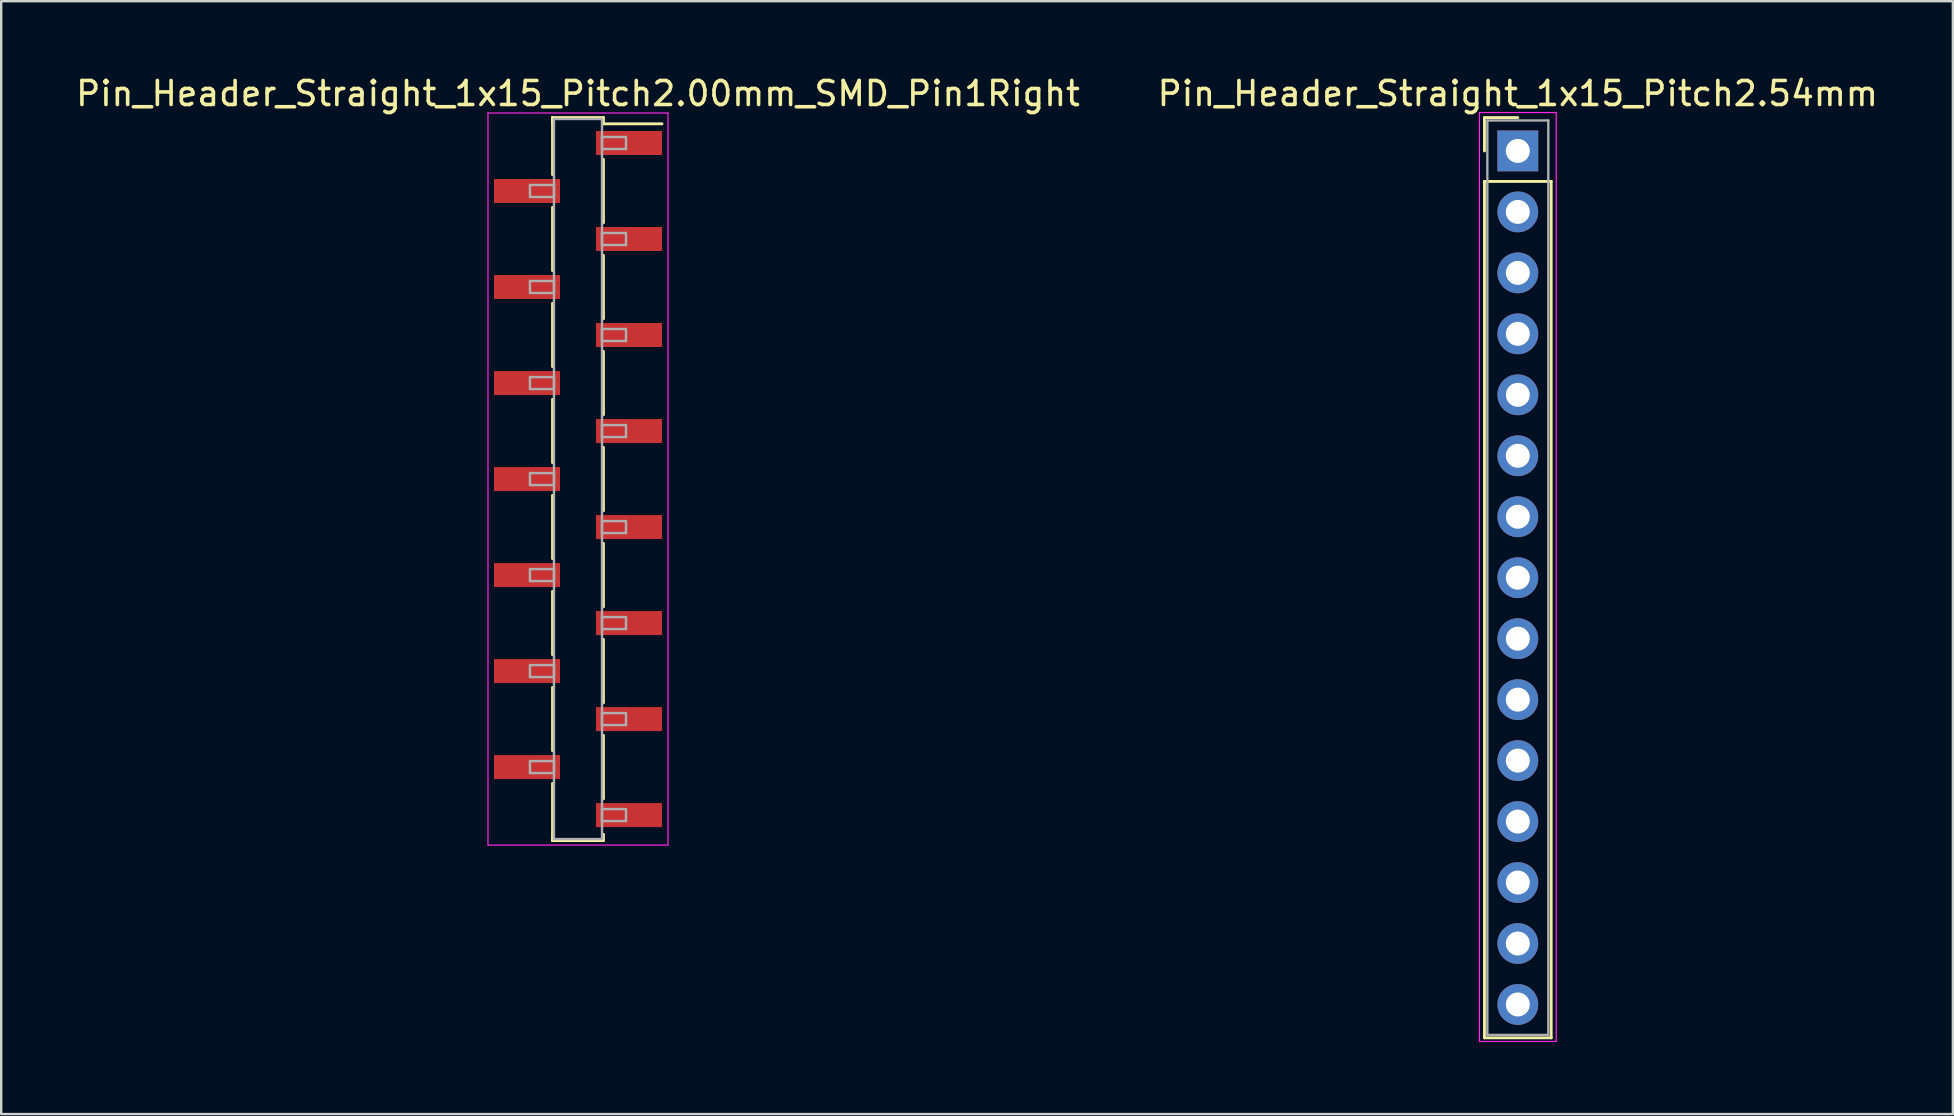
<source format=kicad_pcb>
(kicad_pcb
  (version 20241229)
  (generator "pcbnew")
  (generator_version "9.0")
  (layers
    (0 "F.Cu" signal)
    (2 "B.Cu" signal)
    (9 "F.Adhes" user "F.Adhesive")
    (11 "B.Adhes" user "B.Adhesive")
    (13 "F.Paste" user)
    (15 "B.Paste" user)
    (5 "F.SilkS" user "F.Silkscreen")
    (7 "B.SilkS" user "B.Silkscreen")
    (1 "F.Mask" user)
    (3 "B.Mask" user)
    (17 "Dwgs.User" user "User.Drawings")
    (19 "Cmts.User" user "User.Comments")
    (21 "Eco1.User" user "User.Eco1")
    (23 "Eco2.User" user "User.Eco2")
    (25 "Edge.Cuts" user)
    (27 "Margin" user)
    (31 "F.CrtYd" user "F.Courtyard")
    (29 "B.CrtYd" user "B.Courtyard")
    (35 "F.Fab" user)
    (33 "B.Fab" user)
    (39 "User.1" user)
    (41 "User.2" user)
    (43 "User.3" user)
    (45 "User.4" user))
  (footprint "Pin_Header_Straight_1x15_Pitch2.00mm_SMD_Pin1Right"
    (layer "F.Cu")
    (at 21.03 16.908)
    (property "Reference" "Pin_Header_Straight_1x15_Pitch2.00mm_SMD_Pin1Right" (at 0 -16.06 0) (layer "F.SilkS") (effects (font (size 1 1) (thickness 0.15))))
    (attr smd)
    (fp_line (start -1.06 -15.06) (end -1.06 -12.68) (stroke (width 0.12) (type solid)) (layer "F.SilkS"))
    (fp_line (start -1.06 -15.06) (end 1.06 -15.06) (stroke (width 0.12) (type solid)) (layer "F.SilkS"))
    (fp_line (start -1.06 -14.8) (end -1.06 -15.06) (stroke (width 0.12) (type solid)) (layer "F.SilkS"))
    (fp_line (start -1.06 -11.32) (end -1.06 -8.68) (stroke (width 0.12) (type solid)) (layer "F.SilkS"))
    (fp_line (start -1.06 -7.32) (end -1.06 -4.68) (stroke (width 0.12) (type solid)) (layer "F.SilkS"))
    (fp_line (start -1.06 -3.32) (end -1.06 -0.68) (stroke (width 0.12) (type solid)) (layer "F.SilkS"))
    (fp_line (start -1.06 0.68) (end -1.06 3.32) (stroke (width 0.12) (type solid)) (layer "F.SilkS"))
    (fp_line (start -1.06 4.68) (end -1.06 7.32) (stroke (width 0.12) (type solid)) (layer "F.SilkS"))
    (fp_line (start -1.06 8.68) (end -1.06 11.32) (stroke (width 0.12) (type solid)) (layer "F.SilkS"))
    (fp_line (start -1.06 12.68) (end -1.06 15.06) (stroke (width 0.12) (type solid)) (layer "F.SilkS"))
    (fp_line (start -1.06 14.8) (end -1.06 15.06) (stroke (width 0.12) (type solid)) (layer "F.SilkS"))
    (fp_line (start -1.06 15.06) (end 1.06 15.06) (stroke (width 0.12) (type solid)) (layer "F.SilkS"))
    (fp_line (start 1.06 -15.06) (end 1.06 -14.8) (stroke (width 0.12) (type solid)) (layer "F.SilkS"))
    (fp_line (start 1.06 -14.8) (end 3.5 -14.8) (stroke (width 0.12) (type solid)) (layer "F.SilkS"))
    (fp_line (start 1.06 -13.32) (end 1.06 -10.68) (stroke (width 0.12) (type solid)) (layer "F.SilkS"))
    (fp_line (start 1.06 -9.32) (end 1.06 -6.68) (stroke (width 0.12) (type solid)) (layer "F.SilkS"))
    (fp_line (start 1.06 -5.32) (end 1.06 -2.68) (stroke (width 0.12) (type solid)) (layer "F.SilkS"))
    (fp_line (start 1.06 -1.32) (end 1.06 1.32) (stroke (width 0.12) (type solid)) (layer "F.SilkS"))
    (fp_line (start 1.06 2.68) (end 1.06 5.32) (stroke (width 0.12) (type solid)) (layer "F.SilkS"))
    (fp_line (start 1.06 6.68) (end 1.06 9.32) (stroke (width 0.12) (type solid)) (layer "F.SilkS"))
    (fp_line (start 1.06 10.68) (end 1.06 13.32) (stroke (width 0.12) (type solid)) (layer "F.SilkS"))
    (fp_line (start 1.06 15.06) (end 1.06 14.8) (stroke (width 0.12) (type solid)) (layer "F.SilkS"))
    (fp_line (start -3.75 -15.25) (end -3.75 15.25) (stroke (width 0.05) (type solid)) (layer "F.CrtYd"))
    (fp_line (start -3.75 15.25) (end 3.75 15.25) (stroke (width 0.05) (type solid)) (layer "F.CrtYd"))
    (fp_line (start 3.75 -15.25) (end -3.75 -15.25) (stroke (width 0.05) (type solid)) (layer "F.CrtYd"))
    (fp_line (start 3.75 15.25) (end 3.75 -15.25) (stroke (width 0.05) (type solid)) (layer "F.CrtYd"))
    (fp_line (start -2 -12.25) (end -1 -12.25) (stroke (width 0.1) (type solid)) (layer "F.Fab"))
    (fp_line (start -2 -11.75) (end -2 -12.25) (stroke (width 0.1) (type solid)) (layer "F.Fab"))
    (fp_line (start -2 -8.25) (end -1 -8.25) (stroke (width 0.1) (type solid)) (layer "F.Fab"))
    (fp_line (start -2 -7.75) (end -2 -8.25) (stroke (width 0.1) (type solid)) (layer "F.Fab"))
    (fp_line (start -2 -4.25) (end -1 -4.25) (stroke (width 0.1) (type solid)) (layer "F.Fab"))
    (fp_line (start -2 -3.75) (end -2 -4.25) (stroke (width 0.1) (type solid)) (layer "F.Fab"))
    (fp_line (start -2 -0.25) (end -1 -0.25) (stroke (width 0.1) (type solid)) (layer "F.Fab"))
    (fp_line (start -2 0.25) (end -2 -0.25) (stroke (width 0.1) (type solid)) (layer "F.Fab"))
    (fp_line (start -2 3.75) (end -1 3.75) (stroke (width 0.1) (type solid)) (layer "F.Fab"))
    (fp_line (start -2 4.25) (end -2 3.75) (stroke (width 0.1) (type solid)) (layer "F.Fab"))
    (fp_line (start -2 7.75) (end -1 7.75) (stroke (width 0.1) (type solid)) (layer "F.Fab"))
    (fp_line (start -2 8.25) (end -2 7.75) (stroke (width 0.1) (type solid)) (layer "F.Fab"))
    (fp_line (start -2 11.75) (end -1 11.75) (stroke (width 0.1) (type solid)) (layer "F.Fab"))
    (fp_line (start -2 12.25) (end -2 11.75) (stroke (width 0.1) (type solid)) (layer "F.Fab"))
    (fp_line (start -1 -15) (end -1 15) (stroke (width 0.1) (type solid)) (layer "F.Fab"))
    (fp_line (start -1 -12.25) (end -1 -11.75) (stroke (width 0.1) (type solid)) (layer "F.Fab"))
    (fp_line (start -1 -11.75) (end -2 -11.75) (stroke (width 0.1) (type solid)) (layer "F.Fab"))
    (fp_line (start -1 -8.25) (end -1 -7.75) (stroke (width 0.1) (type solid)) (layer "F.Fab"))
    (fp_line (start -1 -7.75) (end -2 -7.75) (stroke (width 0.1) (type solid)) (layer "F.Fab"))
    (fp_line (start -1 -4.25) (end -1 -3.75) (stroke (width 0.1) (type solid)) (layer "F.Fab"))
    (fp_line (start -1 -3.75) (end -2 -3.75) (stroke (width 0.1) (type solid)) (layer "F.Fab"))
    (fp_line (start -1 -0.25) (end -1 0.25) (stroke (width 0.1) (type solid)) (layer "F.Fab"))
    (fp_line (start -1 0.25) (end -2 0.25) (stroke (width 0.1) (type solid)) (layer "F.Fab"))
    (fp_line (start -1 3.75) (end -1 4.25) (stroke (width 0.1) (type solid)) (layer "F.Fab"))
    (fp_line (start -1 4.25) (end -2 4.25) (stroke (width 0.1) (type solid)) (layer "F.Fab"))
    (fp_line (start -1 7.75) (end -1 8.25) (stroke (width 0.1) (type solid)) (layer "F.Fab"))
    (fp_line (start -1 8.25) (end -2 8.25) (stroke (width 0.1) (type solid)) (layer "F.Fab"))
    (fp_line (start -1 11.75) (end -1 12.25) (stroke (width 0.1) (type solid)) (layer "F.Fab"))
    (fp_line (start -1 12.25) (end -2 12.25) (stroke (width 0.1) (type solid)) (layer "F.Fab"))
    (fp_line (start -1 15) (end 1 15) (stroke (width 0.1) (type solid)) (layer "F.Fab"))
    (fp_line (start 1 -15) (end -1 -15) (stroke (width 0.1) (type solid)) (layer "F.Fab"))
    (fp_line (start 1 -14.25) (end 1 -13.75) (stroke (width 0.1) (type solid)) (layer "F.Fab"))
    (fp_line (start 1 -13.75) (end 2 -13.75) (stroke (width 0.1) (type solid)) (layer "F.Fab"))
    (fp_line (start 1 -10.25) (end 1 -9.75) (stroke (width 0.1) (type solid)) (layer "F.Fab"))
    (fp_line (start 1 -9.75) (end 2 -9.75) (stroke (width 0.1) (type solid)) (layer "F.Fab"))
    (fp_line (start 1 -6.25) (end 1 -5.75) (stroke (width 0.1) (type solid)) (layer "F.Fab"))
    (fp_line (start 1 -5.75) (end 2 -5.75) (stroke (width 0.1) (type solid)) (layer "F.Fab"))
    (fp_line (start 1 -2.25) (end 1 -1.75) (stroke (width 0.1) (type solid)) (layer "F.Fab"))
    (fp_line (start 1 -1.75) (end 2 -1.75) (stroke (width 0.1) (type solid)) (layer "F.Fab"))
    (fp_line (start 1 1.75) (end 1 2.25) (stroke (width 0.1) (type solid)) (layer "F.Fab"))
    (fp_line (start 1 2.25) (end 2 2.25) (stroke (width 0.1) (type solid)) (layer "F.Fab"))
    (fp_line (start 1 5.75) (end 1 6.25) (stroke (width 0.1) (type solid)) (layer "F.Fab"))
    (fp_line (start 1 6.25) (end 2 6.25) (stroke (width 0.1) (type solid)) (layer "F.Fab"))
    (fp_line (start 1 9.75) (end 1 10.25) (stroke (width 0.1) (type solid)) (layer "F.Fab"))
    (fp_line (start 1 10.25) (end 2 10.25) (stroke (width 0.1) (type solid)) (layer "F.Fab"))
    (fp_line (start 1 13.75) (end 1 14.25) (stroke (width 0.1) (type solid)) (layer "F.Fab"))
    (fp_line (start 1 14.25) (end 2 14.25) (stroke (width 0.1) (type solid)) (layer "F.Fab"))
    (fp_line (start 1 15) (end 1 -15) (stroke (width 0.1) (type solid)) (layer "F.Fab"))
    (fp_line (start 2 -14.25) (end 1 -14.25) (stroke (width 0.1) (type solid)) (layer "F.Fab"))
    (fp_line (start 2 -13.75) (end 2 -14.25) (stroke (width 0.1) (type solid)) (layer "F.Fab"))
    (fp_line (start 2 -10.25) (end 1 -10.25) (stroke (width 0.1) (type solid)) (layer "F.Fab"))
    (fp_line (start 2 -9.75) (end 2 -10.25) (stroke (width 0.1) (type solid)) (layer "F.Fab"))
    (fp_line (start 2 -6.25) (end 1 -6.25) (stroke (width 0.1) (type solid)) (layer "F.Fab"))
    (fp_line (start 2 -5.75) (end 2 -6.25) (stroke (width 0.1) (type solid)) (layer "F.Fab"))
    (fp_line (start 2 -2.25) (end 1 -2.25) (stroke (width 0.1) (type solid)) (layer "F.Fab"))
    (fp_line (start 2 -1.75) (end 2 -2.25) (stroke (width 0.1) (type solid)) (layer "F.Fab"))
    (fp_line (start 2 1.75) (end 1 1.75) (stroke (width 0.1) (type solid)) (layer "F.Fab"))
    (fp_line (start 2 2.25) (end 2 1.75) (stroke (width 0.1) (type solid)) (layer "F.Fab"))
    (fp_line (start 2 5.75) (end 1 5.75) (stroke (width 0.1) (type solid)) (layer "F.Fab"))
    (fp_line (start 2 6.25) (end 2 5.75) (stroke (width 0.1) (type solid)) (layer "F.Fab"))
    (fp_line (start 2 9.75) (end 1 9.75) (stroke (width 0.1) (type solid)) (layer "F.Fab"))
    (fp_line (start 2 10.25) (end 2 9.75) (stroke (width 0.1) (type solid)) (layer "F.Fab"))
    (fp_line (start 2 13.75) (end 1 13.75) (stroke (width 0.1) (type solid)) (layer "F.Fab"))
    (fp_line (start 2 14.25) (end 2 13.75) (stroke (width 0.1) (type solid)) (layer "F.Fab"))
    (pad "1" smd rect (at 2.125 -14) (size 2.75 1) (layers "F.Cu" "F.Mask"))
    (pad "2" smd rect (at -2.125 -12) (size 2.75 1) (layers "F.Cu" "F.Mask"))
    (pad "3" smd rect (at 2.125 -10) (size 2.75 1) (layers "F.Cu" "F.Mask"))
    (pad "4" smd rect (at -2.125 -8) (size 2.75 1) (layers "F.Cu" "F.Mask"))
    (pad "5" smd rect (at 2.125 -6) (size 2.75 1) (layers "F.Cu" "F.Mask"))
    (pad "6" smd rect (at -2.125 -4) (size 2.75 1) (layers "F.Cu" "F.Mask"))
    (pad "7" smd rect (at 2.125 -2) (size 2.75 1) (layers "F.Cu" "F.Mask"))
    (pad "8" smd rect (at -2.125 0) (size 2.75 1) (layers "F.Cu" "F.Mask"))
    (pad "9" smd rect (at 2.125 2) (size 2.75 1) (layers "F.Cu" "F.Mask"))
    (pad "10" smd rect (at -2.125 4) (size 2.75 1) (layers "F.Cu" "F.Mask"))
    (pad "11" smd rect (at 2.125 6) (size 2.75 1) (layers "F.Cu" "F.Mask"))
    (pad "12" smd rect (at -2.125 8) (size 2.75 1) (layers "F.Cu" "F.Mask"))
    (pad "13" smd rect (at 2.125 10) (size 2.75 1) (layers "F.Cu" "F.Mask"))
    (pad "14" smd rect (at -2.125 12) (size 2.75 1) (layers "F.Cu" "F.Mask"))
    (pad "15" smd rect (at 2.125 14) (size 2.75 1) (layers "F.Cu" "F.Mask")))
  (footprint "Pin_Header_Straight_1x15_Pitch2.54mm"
    (layer "F.Cu")
    (at 60.185 3.238)
    (property "Reference" "Pin_Header_Straight_1x15_Pitch2.54mm" (at 0 -2.39 0) (layer "F.SilkS") (effects (font (size 1 1) (thickness 0.15))))
    (attr through_hole)
    (fp_line (start -1.39 -1.39) (end 0 -1.39) (stroke (width 0.12) (type solid)) (layer "F.SilkS"))
    (fp_line (start -1.39 0) (end -1.39 -1.39) (stroke (width 0.12) (type solid)) (layer "F.SilkS"))
    (fp_line (start -1.39 1.27) (end -1.39 36.95) (stroke (width 0.12) (type solid)) (layer "F.SilkS"))
    (fp_line (start -1.39 36.95) (end 1.39 36.95) (stroke (width 0.12) (type solid)) (layer "F.SilkS"))
    (fp_line (start 1.39 1.27) (end -1.39 1.27) (stroke (width 0.12) (type solid)) (layer "F.SilkS"))
    (fp_line (start 1.39 36.95) (end 1.39 1.27) (stroke (width 0.12) (type solid)) (layer "F.SilkS"))
    (fp_line (start -1.6 -1.6) (end -1.6 37.1) (stroke (width 0.05) (type solid)) (layer "F.CrtYd"))
    (fp_line (start -1.6 37.1) (end 1.6 37.1) (stroke (width 0.05) (type solid)) (layer "F.CrtYd"))
    (fp_line (start 1.6 -1.6) (end -1.6 -1.6) (stroke (width 0.05) (type solid)) (layer "F.CrtYd"))
    (fp_line (start 1.6 37.1) (end 1.6 -1.6) (stroke (width 0.05) (type solid)) (layer "F.CrtYd"))
    (fp_line (start -1.27 -1.27) (end -1.27 36.83) (stroke (width 0.1) (type solid)) (layer "F.Fab"))
    (fp_line (start -1.27 36.83) (end 1.27 36.83) (stroke (width 0.1) (type solid)) (layer "F.Fab"))
    (fp_line (start 1.27 -1.27) (end -1.27 -1.27) (stroke (width 0.1) (type solid)) (layer "F.Fab"))
    (fp_line (start 1.27 36.83) (end 1.27 -1.27) (stroke (width 0.1) (type solid)) (layer "F.Fab"))
    (pad "1" thru_hole rect (at 0 0) (size 1.7 1.7) (drill 1) (layers "*.Cu" "*.Mask"))
    (pad "2" thru_hole oval (at 0 2.54) (size 1.7 1.7) (drill 1) (layers "*.Cu" "*.Mask"))
    (pad "3" thru_hole oval (at 0 5.08) (size 1.7 1.7) (drill 1) (layers "*.Cu" "*.Mask"))
    (pad "4" thru_hole oval (at 0 7.62) (size 1.7 1.7) (drill 1) (layers "*.Cu" "*.Mask"))
    (pad "5" thru_hole oval (at 0 10.16) (size 1.7 1.7) (drill 1) (layers "*.Cu" "*.Mask"))
    (pad "6" thru_hole oval (at 0 12.7) (size 1.7 1.7) (drill 1) (layers "*.Cu" "*.Mask"))
    (pad "7" thru_hole oval (at 0 15.24) (size 1.7 1.7) (drill 1) (layers "*.Cu" "*.Mask"))
    (pad "8" thru_hole oval (at 0 17.78) (size 1.7 1.7) (drill 1) (layers "*.Cu" "*.Mask"))
    (pad "9" thru_hole oval (at 0 20.32) (size 1.7 1.7) (drill 1) (layers "*.Cu" "*.Mask"))
    (pad "10" thru_hole oval (at 0 22.86) (size 1.7 1.7) (drill 1) (layers "*.Cu" "*.Mask"))
    (pad "11" thru_hole oval (at 0 25.4) (size 1.7 1.7) (drill 1) (layers "*.Cu" "*.Mask"))
    (pad "12" thru_hole oval (at 0 27.94) (size 1.7 1.7) (drill 1) (layers "*.Cu" "*.Mask"))
    (pad "13" thru_hole oval (at 0 30.48) (size 1.7 1.7) (drill 1) (layers "*.Cu" "*.Mask"))
    (pad "14" thru_hole oval (at 0 33.02) (size 1.7 1.7) (drill 1) (layers "*.Cu" "*.Mask"))
    (pad "15" thru_hole oval (at 0 35.56) (size 1.7 1.7) (drill 1) (layers "*.Cu" "*.Mask")))
  (gr_rect
    (start -3 -3)
    (end 78.31 43.363)
    (stroke (width 0.1) (type default))
    (fill no)
    (layer "Edge.Cuts")))
</source>
